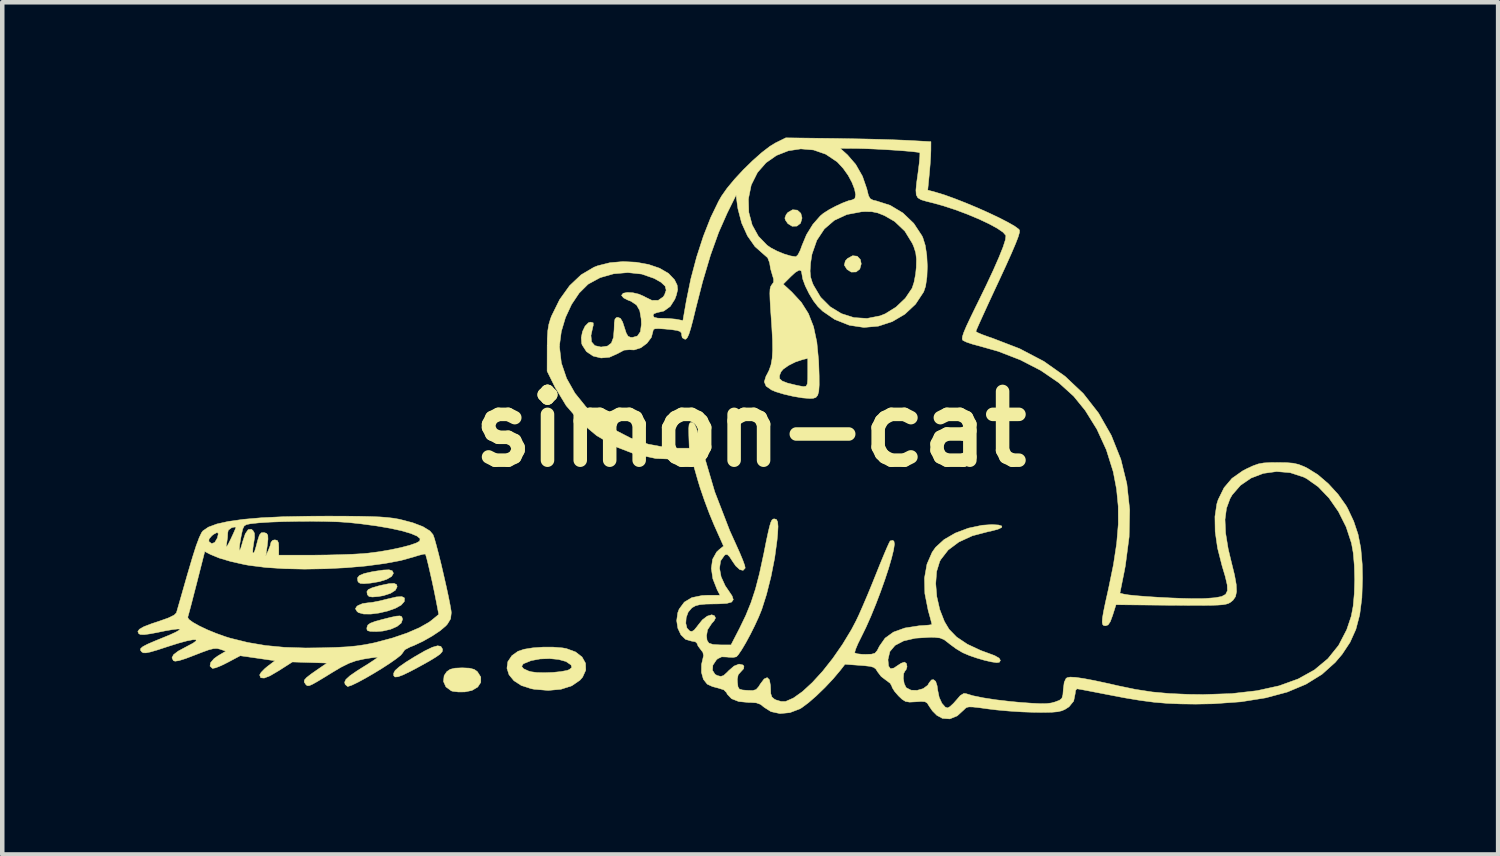
<source format=kicad_pcb>
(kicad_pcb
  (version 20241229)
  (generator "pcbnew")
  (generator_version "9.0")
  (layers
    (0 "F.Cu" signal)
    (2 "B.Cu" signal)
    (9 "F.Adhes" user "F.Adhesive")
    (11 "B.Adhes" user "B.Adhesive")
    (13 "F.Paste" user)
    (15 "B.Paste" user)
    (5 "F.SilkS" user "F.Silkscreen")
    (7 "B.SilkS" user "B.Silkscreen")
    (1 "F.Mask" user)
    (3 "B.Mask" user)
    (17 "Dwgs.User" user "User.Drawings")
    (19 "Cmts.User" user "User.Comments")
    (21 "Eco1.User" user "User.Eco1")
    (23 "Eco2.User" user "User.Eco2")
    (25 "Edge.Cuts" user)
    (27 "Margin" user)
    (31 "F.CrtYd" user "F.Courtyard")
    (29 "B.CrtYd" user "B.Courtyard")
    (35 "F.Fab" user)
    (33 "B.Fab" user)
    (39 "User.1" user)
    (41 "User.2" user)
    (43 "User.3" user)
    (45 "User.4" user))
  (footprint "simon-cat"
    (layer "F.Cu")
    (at 13.585 6.461)
    (property "Reference" "simon-cat" (at 0 0 0) (layer "F.SilkS") (effects (font (size 1.524 1.524) (thickness 0.3))))
    (attr through_hole)
    (fp_poly (pts (xy 2.366 -3.832) (xy 2.436 -3.758) (xy 2.455 -3.662) (xy 2.423 -3.547) (xy 2.341 -3.483) (xy 2.235 -3.48) (xy 2.141 -3.538) (xy 2.08 -3.634) (xy 2.102 -3.727) (xy 2.152 -3.782) (xy 2.264 -3.843) (xy 2.366 -3.832)) (stroke (width 0.01) (type solid)) (fill yes) (layer "F.SilkS"))
    (fp_poly (pts (xy 1.039 -4.853) (xy 1.116 -4.783) (xy 1.143 -4.678) (xy 1.11 -4.563) (xy 1.029 -4.499) (xy 0.923 -4.496) (xy 0.829 -4.554) (xy 0.775 -4.632) (xy 0.762 -4.678) (xy 0.79 -4.752) (xy 0.829 -4.802) (xy 0.934 -4.862) (xy 1.039 -4.853)) (stroke (width 0.01) (type solid)) (fill yes) (layer "F.SilkS"))
    (fp_poly (pts (xy -7.844 3.447) (xy -7.832 3.495) (xy -7.871 3.572) (xy -7.979 3.641) (xy -8.137 3.692) (xy -8.249 3.711) (xy -8.381 3.722) (xy -8.454 3.711) (xy -8.489 3.674) (xy -8.493 3.665) (xy -8.503 3.604) (xy -8.473 3.558) (xy -8.388 3.518) (xy -8.236 3.474) (xy -8.191 3.463) (xy -8.012 3.426) (xy -7.9 3.42) (xy -7.844 3.447)) (stroke (width 0.01) (type solid)) (fill yes) (layer "F.SilkS"))
    (fp_poly (pts (xy -6.23 5.299) (xy -6.125 5.326) (xy -6.054 5.376) (xy -5.978 5.496) (xy -5.978 5.614) (xy -6.046 5.718) (xy -6.173 5.793) (xy -6.332 5.826) (xy -6.475 5.827) (xy -6.596 5.813) (xy -6.633 5.802) (xy -6.751 5.714) (xy -6.805 5.594) (xy -6.791 5.465) (xy -6.731 5.376) (xy -6.657 5.325) (xy -6.55 5.299) (xy -6.392 5.292) (xy -6.23 5.299)) (stroke (width 0.01) (type solid)) (fill yes) (layer "F.SilkS"))
    (fp_poly (pts (xy -7.941 3.14) (xy -7.917 3.188) (xy -7.916 3.2) (xy -7.956 3.267) (xy -8.064 3.33) (xy -8.225 3.381) (xy -8.422 3.414) (xy -8.422 3.414) (xy -8.568 3.426) (xy -8.65 3.42) (xy -8.692 3.393) (xy -8.704 3.369) (xy -8.712 3.299) (xy -8.669 3.246) (xy -8.564 3.202) (xy -8.387 3.162) (xy -8.333 3.153) (xy -8.137 3.124) (xy -8.011 3.119) (xy -7.941 3.14)) (stroke (width 0.01) (type solid)) (fill yes) (layer "F.SilkS"))
    (fp_poly (pts (xy -7.733 4.156) (xy -7.717 4.193) (xy -7.713 4.218) (xy -7.741 4.299) (xy -7.835 4.375) (xy -7.977 4.437) (xy -8.15 4.477) (xy -8.292 4.487) (xy -8.422 4.484) (xy -8.486 4.469) (xy -8.504 4.433) (xy -8.501 4.395) (xy -8.481 4.343) (xy -8.425 4.302) (xy -8.317 4.262) (xy -8.17 4.222) (xy -7.976 4.173) (xy -7.848 4.146) (xy -7.772 4.141) (xy -7.733 4.156)) (stroke (width 0.01) (type solid)) (fill yes) (layer "F.SilkS"))
    (fp_poly (pts (xy -6.863 4.816) (xy -6.828 4.873) (xy -6.825 4.89) (xy -6.833 4.933) (xy -6.877 4.984) (xy -6.967 5.049) (xy -7.113 5.138) (xy -7.294 5.239) (xy -7.527 5.364) (xy -7.697 5.447) (xy -7.812 5.49) (xy -7.88 5.495) (xy -7.909 5.464) (xy -7.909 5.41) (xy -7.877 5.351) (xy -7.79 5.273) (xy -7.642 5.169) (xy -7.451 5.05) (xy -7.222 4.918) (xy -7.052 4.836) (xy -6.935 4.803) (xy -6.863 4.816)) (stroke (width 0.01) (type solid)) (fill yes) (layer "F.SilkS"))
    (fp_poly (pts (xy -7.669 3.744) (xy -7.672 3.816) (xy -7.674 3.823) (xy -7.743 3.901) (xy -7.872 3.972) (xy -8.041 4.032) (xy -8.229 4.076) (xy -8.413 4.1) (xy -8.574 4.099) (xy -8.688 4.068) (xy -8.72 4.043) (xy -8.757 3.981) (xy -8.727 3.932) (xy -8.7 3.911) (xy -8.599 3.868) (xy -8.489 3.852) (xy -8.384 3.841) (xy -8.23 3.811) (xy -8.059 3.769) (xy -8.047 3.766) (xy -7.851 3.72) (xy -7.727 3.713) (xy -7.669 3.744)) (stroke (width 0.01) (type solid)) (fill yes) (layer "F.SilkS"))
    (fp_poly (pts (xy -4.372 4.833) (xy -4.165 4.85) (xy -4.081 4.865) (xy -3.877 4.94) (xy -3.733 5.052) (xy -3.656 5.19) (xy -3.651 5.343) (xy -3.721 5.498) (xy -3.779 5.565) (xy -3.961 5.69) (xy -4.2 5.767) (xy -4.484 5.793) (xy -4.799 5.766) (xy -4.861 5.754) (xy -5.079 5.684) (xy -5.244 5.577) (xy -5.352 5.446) (xy -5.398 5.301) (xy -5.392 5.258) (xy -5.072 5.258) (xy -5.03 5.312) (xy -4.916 5.364) (xy -4.862 5.379) (xy -4.735 5.396) (xy -4.565 5.4) (xy -4.378 5.393) (xy -4.202 5.375) (xy -4.066 5.35) (xy -4.017 5.331) (xy -3.96 5.285) (xy -3.976 5.232) (xy -3.981 5.226) (xy -4.089 5.152) (xy -4.255 5.106) (xy -4.454 5.087) (xy -4.664 5.095) (xy -4.862 5.132) (xy -5.023 5.197) (xy -5.037 5.205) (xy -5.072 5.258) (xy -5.392 5.258) (xy -5.379 5.156) (xy -5.289 5.022) (xy -5.153 4.925) (xy -5.018 4.88) (xy -4.826 4.849) (xy -4.602 4.833) (xy -4.372 4.833)) (stroke (width 0.01) (type solid)) (fill yes) (layer "F.SilkS"))
    (fp_poly (pts (xy -8.987 1.93) (xy -8.67 1.933) (xy -8.415 1.939) (xy -8.211 1.947) (xy -8.047 1.96) (xy -7.911 1.976) (xy -7.792 1.997) (xy -7.773 2.001) (xy -7.486 2.076) (xy -7.261 2.162) (xy -7.106 2.257) (xy -7.037 2.339) (xy -7.007 2.422) (xy -6.965 2.571) (xy -6.913 2.769) (xy -6.856 2.998) (xy -6.799 3.243) (xy -6.744 3.485) (xy -6.696 3.707) (xy -6.659 3.894) (xy -6.636 4.027) (xy -6.632 4.073) (xy -6.647 4.205) (xy -6.716 4.32) (xy -6.753 4.362) (xy -6.879 4.469) (xy -7.058 4.588) (xy -7.261 4.703) (xy -7.461 4.797) (xy -7.544 4.829) (xy -7.662 4.891) (xy -7.713 4.964) (xy -7.713 4.965) (xy -7.753 5.013) (xy -7.852 5.091) (xy -7.995 5.191) (xy -8.166 5.302) (xy -8.351 5.415) (xy -8.534 5.521) (xy -8.7 5.611) (xy -8.833 5.675) (xy -8.918 5.704) (xy -8.932 5.705) (xy -8.985 5.659) (xy -8.996 5.61) (xy -8.968 5.55) (xy -8.88 5.469) (xy -8.725 5.362) (xy -8.624 5.298) (xy -8.471 5.203) (xy -8.351 5.124) (xy -8.278 5.073) (xy -8.264 5.058) (xy -8.308 5.059) (xy -8.414 5.072) (xy -8.559 5.095) (xy -8.575 5.098) (xy -8.746 5.136) (xy -8.905 5.193) (xy -9.081 5.281) (xy -9.252 5.383) (xy -9.462 5.512) (xy -9.612 5.602) (xy -9.713 5.658) (xy -9.778 5.686) (xy -9.817 5.689) (xy -9.844 5.674) (xy -9.863 5.652) (xy -9.892 5.606) (xy -9.887 5.561) (xy -9.837 5.505) (xy -9.733 5.425) (xy -9.627 5.351) (xy -9.387 5.186) (xy -9.771 5.174) (xy -10.154 5.162) (xy -10.458 5.356) (xy -10.647 5.467) (xy -10.779 5.519) (xy -10.855 5.512) (xy -10.88 5.45) (xy -10.848 5.394) (xy -10.769 5.313) (xy -10.711 5.264) (xy -10.541 5.135) (xy -10.926 5.079) (xy -11.311 5.024) (xy -11.593 5.174) (xy -11.735 5.244) (xy -11.853 5.291) (xy -11.922 5.305) (xy -11.927 5.304) (xy -11.98 5.253) (xy -11.966 5.176) (xy -11.89 5.088) (xy -11.805 5.027) (xy -11.629 4.923) (xy -11.756 4.879) (xy -11.823 4.863) (xy -11.901 4.866) (xy -12.006 4.892) (xy -12.156 4.946) (xy -12.313 5.007) (xy -12.523 5.087) (xy -12.666 5.132) (xy -12.753 5.145) (xy -12.791 5.133) (xy -12.823 5.07) (xy -12.789 5.001) (xy -12.686 4.922) (xy -12.506 4.825) (xy -12.502 4.823) (xy -12.357 4.746) (xy -12.288 4.695) (xy -12.291 4.669) (xy -12.36 4.669) (xy -12.49 4.694) (xy -12.678 4.745) (xy -12.919 4.821) (xy -12.931 4.825) (xy -13.148 4.896) (xy -13.299 4.94) (xy -13.397 4.96) (xy -13.458 4.959) (xy -13.494 4.939) (xy -13.522 4.9) (xy -13.516 4.863) (xy -13.467 4.821) (xy -13.366 4.768) (xy -13.201 4.697) (xy -13.022 4.624) (xy -12.855 4.555) (xy -12.728 4.495) (xy -12.654 4.451) (xy -12.643 4.433) (xy -12.698 4.431) (xy -12.817 4.445) (xy -12.979 4.473) (xy -13.095 4.497) (xy -13.301 4.537) (xy -13.439 4.556) (xy -13.521 4.553) (xy -13.558 4.536) (xy -13.58 4.487) (xy -13.545 4.436) (xy -13.445 4.379) (xy -13.273 4.313) (xy -13.115 4.261) (xy -12.906 4.187) (xy -12.874 4.172) (xy -12.474 4.172) (xy -12.449 4.218) (xy -12.359 4.284) (xy -12.218 4.363) (xy -12.042 4.447) (xy -11.844 4.528) (xy -11.64 4.601) (xy -11.533 4.634) (xy -11.144 4.73) (xy -10.75 4.797) (xy -10.331 4.837) (xy -9.865 4.852) (xy -9.504 4.848) (xy -9.191 4.839) (xy -8.941 4.826) (xy -8.732 4.806) (xy -8.542 4.778) (xy -8.35 4.74) (xy -8.292 4.726) (xy -7.936 4.631) (xy -7.613 4.521) (xy -7.338 4.402) (xy -7.125 4.281) (xy -7.063 4.234) (xy -6.91 4.108) (xy -6.965 3.821) (xy -7.007 3.611) (xy -7.053 3.394) (xy -7.1 3.186) (xy -7.142 3.004) (xy -7.177 2.864) (xy -7.201 2.783) (xy -7.207 2.77) (xy -7.253 2.773) (xy -7.355 2.799) (xy -7.461 2.832) (xy -7.752 2.913) (xy -8.111 2.98) (xy -8.52 3.034) (xy -8.964 3.073) (xy -9.424 3.096) (xy -9.886 3.104) (xy -10.332 3.094) (xy -10.746 3.067) (xy -11.112 3.021) (xy -11.218 3.002) (xy -11.521 2.934) (xy -11.777 2.858) (xy -11.966 2.78) (xy -11.969 2.779) (xy -12.096 2.713) (xy -12.275 3.418) (xy -12.336 3.653) (xy -12.389 3.86) (xy -12.433 4.026) (xy -12.463 4.135) (xy -12.474 4.172) (xy -12.874 4.172) (xy -12.775 4.123) (xy -12.725 4.073) (xy -12.707 4.011) (xy -12.67 3.882) (xy -12.617 3.698) (xy -12.553 3.474) (xy -12.481 3.222) (xy -12.467 3.175) (xy -12.369 2.843) (xy -12.312 2.664) (xy -11.331 2.664) (xy -11.323 2.691) (xy -11.299 2.643) (xy -11.261 2.516) (xy -11.257 2.498) (xy -11.198 2.321) (xy -11.134 2.228) (xy -11.065 2.22) (xy -11.029 2.247) (xy -10.995 2.307) (xy -10.992 2.403) (xy -11.01 2.515) (xy -11.029 2.639) (xy -11.033 2.723) (xy -11.029 2.744) (xy -11.011 2.745) (xy -10.989 2.703) (xy -10.959 2.605) (xy -10.922 2.463) (xy -10.885 2.349) (xy -10.844 2.299) (xy -10.782 2.294) (xy -10.727 2.311) (xy -10.699 2.353) (xy -10.695 2.439) (xy -10.711 2.585) (xy -10.72 2.646) (xy -10.745 2.815) (xy -10.687 2.688) (xy -10.646 2.584) (xy -10.628 2.509) (xy -10.628 2.508) (xy -10.591 2.465) (xy -10.541 2.455) (xy -10.486 2.47) (xy -10.461 2.527) (xy -10.456 2.625) (xy -10.456 2.794) (xy -9.671 2.794) (xy -9.386 2.791) (xy -9.095 2.784) (xy -8.824 2.774) (xy -8.596 2.761) (xy -8.476 2.75) (xy -8.227 2.718) (xy -7.979 2.675) (xy -7.748 2.626) (xy -7.552 2.575) (xy -7.408 2.525) (xy -7.333 2.483) (xy -7.323 2.429) (xy -7.39 2.372) (xy -7.527 2.314) (xy -7.727 2.255) (xy -7.982 2.199) (xy -8.285 2.147) (xy -8.628 2.101) (xy -8.906 2.071) (xy -9.13 2.056) (xy -9.407 2.047) (xy -9.716 2.043) (xy -10.039 2.045) (xy -10.356 2.051) (xy -10.649 2.062) (xy -10.897 2.078) (xy -11.081 2.098) (xy -11.093 2.1) (xy -11.174 2.117) (xy -11.223 2.148) (xy -11.255 2.215) (xy -11.283 2.337) (xy -11.295 2.401) (xy -11.323 2.566) (xy -11.331 2.664) (xy -12.312 2.664) (xy -12.293 2.605) (xy -11.621 2.605) (xy -11.609 2.607) (xy -11.571 2.541) (xy -11.518 2.434) (xy -11.458 2.305) (xy -11.417 2.21) (xy -11.404 2.171) (xy -11.446 2.173) (xy -11.501 2.186) (xy -11.575 2.241) (xy -11.587 2.3) (xy -11.592 2.406) (xy -11.611 2.535) (xy -11.612 2.54) (xy -11.621 2.605) (xy -12.293 2.605) (xy -12.288 2.588) (xy -12.251 2.491) (xy -12.006 2.491) (xy -11.943 2.539) (xy -11.875 2.512) (xy -11.819 2.417) (xy -11.817 2.413) (xy -11.795 2.318) (xy -11.822 2.291) (xy -11.898 2.331) (xy -11.94 2.364) (xy -12.001 2.435) (xy -12.006 2.491) (xy -12.251 2.491) (xy -12.22 2.407) (xy -12.166 2.294) (xy -12.137 2.256) (xy -12.016 2.173) (xy -11.827 2.103) (xy -11.57 2.046) (xy -11.24 2) (xy -10.836 1.965) (xy -10.355 1.942) (xy -9.794 1.931) (xy -9.377 1.929) (xy -8.987 1.93)) (stroke (width 0.01) (type solid)) (fill yes) (layer "F.SilkS"))
    (fp_poly (pts (xy 1.884 -6.442) (xy 2.216 -6.436) (xy 2.551 -6.43) (xy 2.87 -6.422) (xy 3.155 -6.413) (xy 3.386 -6.404) (xy 3.493 -6.399) (xy 4 -6.371) (xy 3.999 -6.181) (xy 3.994 -6.044) (xy 3.982 -5.86) (xy 3.965 -5.667) (xy 3.963 -5.644) (xy 3.929 -5.297) (xy 4.104 -5.25) (xy 4.298 -5.191) (xy 4.525 -5.109) (xy 4.773 -5.012) (xy 5.029 -4.905) (xy 5.278 -4.794) (xy 5.508 -4.685) (xy 5.705 -4.584) (xy 5.855 -4.498) (xy 5.945 -4.432) (xy 5.963 -4.41) (xy 5.963 -4.361) (xy 5.935 -4.263) (xy 5.876 -4.11) (xy 5.785 -3.897) (xy 5.66 -3.618) (xy 5.499 -3.27) (xy 5.497 -3.266) (xy 5.367 -2.987) (xy 5.249 -2.732) (xy 5.149 -2.513) (xy 5.07 -2.339) (xy 5.017 -2.219) (xy 4.996 -2.166) (xy 4.995 -2.164) (xy 5.033 -2.139) (xy 5.133 -2.096) (xy 5.279 -2.043) (xy 5.362 -2.015) (xy 5.967 -1.782) (xy 6.503 -1.501) (xy 6.972 -1.17) (xy 7.377 -0.788) (xy 7.717 -0.352) (xy 7.996 0.137) (xy 8 0.146) (xy 8.209 0.669) (xy 8.343 1.214) (xy 8.405 1.786) (xy 8.393 2.389) (xy 8.309 3.031) (xy 8.282 3.173) (xy 8.189 3.636) (xy 8.275 3.658) (xy 8.384 3.676) (xy 8.56 3.694) (xy 8.785 3.712) (xy 9.039 3.728) (xy 9.305 3.742) (xy 9.564 3.752) (xy 9.799 3.758) (xy 9.991 3.758) (xy 10.089 3.754) (xy 10.297 3.738) (xy 10.443 3.711) (xy 10.532 3.663) (xy 10.572 3.581) (xy 10.567 3.453) (xy 10.524 3.268) (xy 10.452 3.027) (xy 10.353 2.638) (xy 10.3 2.27) (xy 10.295 1.939) (xy 10.337 1.658) (xy 10.366 1.566) (xy 10.497 1.3) (xy 10.672 1.093) (xy 10.908 0.927) (xy 10.997 0.88) (xy 11.139 0.814) (xy 11.257 0.772) (xy 11.378 0.75) (xy 11.533 0.742) (xy 11.683 0.741) (xy 11.884 0.744) (xy 12.029 0.756) (xy 12.148 0.783) (xy 12.268 0.83) (xy 12.34 0.865) (xy 12.573 1.009) (xy 12.809 1.211) (xy 13.026 1.448) (xy 13.201 1.695) (xy 13.237 1.759) (xy 13.371 2.044) (xy 13.467 2.331) (xy 13.528 2.64) (xy 13.559 2.993) (xy 13.566 3.302) (xy 13.552 3.741) (xy 13.504 4.115) (xy 13.419 4.439) (xy 13.29 4.726) (xy 13.114 4.992) (xy 12.961 5.172) (xy 12.667 5.436) (xy 12.313 5.655) (xy 11.898 5.829) (xy 11.417 5.958) (xy 10.87 6.045) (xy 10.252 6.089) (xy 9.871 6.096) (xy 9.535 6.092) (xy 9.233 6.079) (xy 8.941 6.054) (xy 8.638 6.014) (xy 8.299 5.958) (xy 7.902 5.882) (xy 7.68 5.839) (xy 7.488 5.802) (xy 7.34 5.774) (xy 7.252 5.759) (xy 7.235 5.757) (xy 7.206 5.794) (xy 7.197 5.866) (xy 7.164 6.029) (xy 7.06 6.156) (xy 6.973 6.212) (xy 6.901 6.244) (xy 6.81 6.265) (xy 6.685 6.276) (xy 6.507 6.28) (xy 6.287 6.278) (xy 6.02 6.269) (xy 5.728 6.25) (xy 5.451 6.225) (xy 5.271 6.203) (xy 5.067 6.175) (xy 4.93 6.16) (xy 4.844 6.158) (xy 4.791 6.17) (xy 4.756 6.196) (xy 4.741 6.213) (xy 4.583 6.357) (xy 4.418 6.424) (xy 4.254 6.412) (xy 4.132 6.346) (xy 4.032 6.246) (xy 3.96 6.141) (xy 3.919 6.075) (xy 3.869 6.043) (xy 3.782 6.037) (xy 3.665 6.045) (xy 3.526 6.052) (xy 3.436 6.037) (xy 3.359 5.988) (xy 3.282 5.915) (xy 3.195 5.815) (xy 3.141 5.729) (xy 3.133 5.699) (xy 3.098 5.636) (xy 3.015 5.572) (xy 3.006 5.567) (xy 2.896 5.483) (xy 2.818 5.381) (xy 2.78 5.32) (xy 2.732 5.282) (xy 2.652 5.259) (xy 2.518 5.244) (xy 2.425 5.237) (xy 2.095 5.213) (xy 1.99 5.348) (xy 1.832 5.536) (xy 1.65 5.729) (xy 1.461 5.912) (xy 1.284 6.066) (xy 1.136 6.176) (xy 1.095 6.201) (xy 0.874 6.285) (xy 0.654 6.306) (xy 0.455 6.263) (xy 0.305 6.168) (xy 0.221 6.101) (xy 0.128 6.068) (xy -0.007 6.059) (xy -0.049 6.059) (xy -0.26 6.039) (xy -0.42 5.976) (xy -0.516 5.875) (xy -0.529 5.843) (xy -0.591 5.78) (xy -0.71 5.742) (xy -0.843 5.707) (xy -0.954 5.656) (xy -0.961 5.651) (xy -1.044 5.546) (xy -1.087 5.392) (xy -1.085 5.215) (xy -1.065 5.13) (xy -1.04 5.02) (xy -1.056 4.947) (xy -1.102 4.888) (xy -1.163 4.807) (xy -1.185 4.749) (xy -1.222 4.714) (xy -1.309 4.699) (xy -1.439 4.661) (xy -1.542 4.56) (xy -1.61 4.415) (xy -1.636 4.246) (xy -1.612 4.071) (xy -1.581 3.99) (xy -1.467 3.836) (xy -1.3 3.736) (xy -1.073 3.689) (xy -0.941 3.683) (xy -0.675 3.683) (xy -0.738 3.562) (xy -0.834 3.318) (xy -0.868 3.088) (xy -0.84 2.886) (xy -0.751 2.725) (xy -0.697 2.674) (xy -0.597 2.594) (xy -0.808 2.122) (xy -0.912 1.871) (xy -1.02 1.582) (xy -1.117 1.299) (xy -1.162 1.152) (xy -1.304 0.656) (xy -1.615 0.671) (xy -2.098 0.652) (xy -2.564 0.554) (xy -3.005 0.383) (xy -3.411 0.144) (xy -3.774 -0.159) (xy -4.085 -0.519) (xy -4.331 -0.926) (xy -4.508 -1.285) (xy -4.507 -1.775) (xy -4.507 -1.815) (xy -4.233 -1.815) (xy -4.192 -1.465) (xy -4.076 -1.124) (xy -3.892 -0.798) (xy -3.649 -0.496) (xy -3.357 -0.224) (xy -3.023 0.01) (xy -2.657 0.199) (xy -2.268 0.334) (xy -1.863 0.41) (xy -1.621 0.423) (xy -1.357 0.423) (xy -1.367 0.138) (xy -1.369 -0.015) (xy -1.361 -0.101) (xy -1.338 -0.14) (xy -1.297 -0.148) (xy -1.263 -0.137) (xy -1.231 -0.095) (xy -1.196 -0.012) (xy -1.153 0.125) (xy -1.099 0.325) (xy -1.058 0.487) (xy -0.792 1.391) (xy -0.459 2.253) (xy -0.319 2.562) (xy -0.236 2.747) (xy -0.17 2.906) (xy -0.128 3.022) (xy -0.117 3.08) (xy -0.117 3.081) (xy -0.164 3.132) (xy -0.237 3.115) (xy -0.326 3.034) (xy -0.393 2.938) (xy -0.465 2.827) (xy -0.514 2.78) (xy -0.556 2.784) (xy -0.577 2.799) (xy -0.662 2.921) (xy -0.686 3.084) (xy -0.651 3.274) (xy -0.56 3.474) (xy -0.487 3.58) (xy -0.407 3.699) (xy -0.381 3.781) (xy -0.418 3.834) (xy -0.523 3.863) (xy -0.703 3.874) (xy -0.794 3.875) (xy -0.991 3.879) (xy -1.125 3.892) (xy -1.218 3.916) (xy -1.291 3.957) (xy -1.301 3.964) (xy -1.381 4.058) (xy -1.425 4.179) (xy -1.434 4.304) (xy -1.408 4.411) (xy -1.347 4.476) (xy -1.297 4.486) (xy -1.245 4.452) (xy -1.178 4.37) (xy -1.164 4.35) (xy -1.066 4.228) (xy -0.958 4.146) (xy -0.859 4.116) (xy -0.798 4.138) (xy -0.775 4.187) (xy -0.808 4.252) (xy -0.86 4.309) (xy -0.952 4.449) (xy -0.974 4.58) (xy -0.963 4.682) (xy -0.922 4.744) (xy -0.832 4.774) (xy -0.679 4.783) (xy -0.636 4.784) (xy -0.432 4.784) (xy -0.24 4.412) (xy -0.103 4.128) (xy 0.011 3.847) (xy 0.11 3.546) (xy 0.199 3.204) (xy 0.286 2.801) (xy 0.294 2.766) (xy 0.348 2.493) (xy 0.391 2.293) (xy 0.424 2.154) (xy 0.451 2.065) (xy 0.476 2.015) (xy 0.503 1.994) (xy 0.529 1.99) (xy 0.576 2.004) (xy 0.602 2.057) (xy 0.611 2.159) (xy 0.602 2.325) (xy 0.589 2.465) (xy 0.536 2.857) (xy 0.455 3.269) (xy 0.355 3.666) (xy 0.249 4) (xy 0.181 4.167) (xy 0.093 4.358) (xy -0.005 4.554) (xy -0.105 4.739) (xy -0.198 4.895) (xy -0.273 5.005) (xy -0.313 5.047) (xy -0.383 5.061) (xy -0.494 5.056) (xy -0.514 5.053) (xy -0.638 5.048) (xy -0.728 5.091) (xy -0.757 5.118) (xy -0.834 5.234) (xy -0.842 5.347) (xy -0.785 5.436) (xy -0.735 5.463) (xy -0.659 5.482) (xy -0.595 5.462) (xy -0.516 5.39) (xy -0.485 5.357) (xy -0.365 5.253) (xy -0.254 5.209) (xy -0.168 5.228) (xy -0.145 5.255) (xy -0.152 5.312) (xy -0.209 5.374) (xy -0.272 5.444) (xy -0.292 5.542) (xy -0.289 5.612) (xy -0.277 5.712) (xy -0.247 5.763) (xy -0.175 5.783) (xy -0.074 5.791) (xy 0.051 5.795) (xy 0.125 5.773) (xy 0.181 5.71) (xy 0.217 5.652) (xy 0.302 5.539) (xy 0.371 5.508) (xy 0.42 5.557) (xy 0.443 5.685) (xy 0.445 5.736) (xy 0.45 5.865) (xy 0.475 5.939) (xy 0.531 5.987) (xy 0.564 6.003) (xy 0.68 6.038) (xy 0.777 6.038) (xy 0.952 5.961) (xy 1.154 5.817) (xy 1.372 5.616) (xy 1.599 5.368) (xy 1.824 5.083) (xy 2.04 4.772) (xy 2.238 4.445) (xy 2.339 4.253) (xy 2.405 4.114) (xy 2.492 3.916) (xy 2.593 3.68) (xy 2.698 3.425) (xy 2.773 3.239) (xy 2.866 3.007) (xy 2.951 2.801) (xy 3.021 2.636) (xy 3.072 2.524) (xy 3.096 2.479) (xy 3.153 2.466) (xy 3.18 2.486) (xy 3.191 2.549) (xy 3.172 2.678) (xy 3.127 2.861) (xy 3.062 3.085) (xy 2.979 3.337) (xy 2.883 3.607) (xy 2.778 3.882) (xy 2.669 4.149) (xy 2.559 4.397) (xy 2.454 4.611) (xy 2.381 4.758) (xy 2.331 4.878) (xy 2.31 4.95) (xy 2.312 4.96) (xy 2.363 4.98) (xy 2.471 4.992) (xy 2.553 4.994) (xy 2.683 4.989) (xy 2.759 4.967) (xy 2.81 4.908) (xy 2.857 4.814) (xy 2.983 4.634) (xy 3.169 4.5) (xy 3.421 4.409) (xy 3.742 4.359) (xy 3.842 4.353) (xy 3.952 4.344) (xy 4.015 4.334) (xy 4.022 4.33) (xy 4.011 4.286) (xy 3.984 4.181) (xy 3.944 4.038) (xy 3.937 4.011) (xy 3.865 3.645) (xy 3.857 3.302) (xy 3.912 2.993) (xy 4.027 2.729) (xy 4.103 2.621) (xy 4.291 2.449) (xy 4.54 2.305) (xy 4.829 2.196) (xy 5.136 2.131) (xy 5.348 2.117) (xy 5.5 2.126) (xy 5.572 2.149) (xy 5.566 2.182) (xy 5.483 2.221) (xy 5.326 2.262) (xy 5.277 2.271) (xy 4.919 2.365) (xy 4.619 2.503) (xy 4.382 2.68) (xy 4.217 2.893) (xy 4.194 2.935) (xy 4.126 3.157) (xy 4.106 3.424) (xy 4.13 3.713) (xy 4.196 4.001) (xy 4.299 4.265) (xy 4.402 4.437) (xy 4.569 4.609) (xy 4.808 4.769) (xy 5.106 4.908) (xy 5.238 4.956) (xy 5.413 5.021) (xy 5.511 5.077) (xy 5.54 5.127) (xy 5.517 5.168) (xy 5.458 5.177) (xy 5.341 5.16) (xy 5.187 5.125) (xy 5.016 5.075) (xy 4.85 5.018) (xy 4.709 4.958) (xy 4.696 4.951) (xy 4.554 4.866) (xy 4.412 4.761) (xy 4.388 4.741) (xy 4.293 4.668) (xy 4.201 4.63) (xy 4.077 4.616) (xy 3.986 4.614) (xy 3.655 4.635) (xy 3.395 4.695) (xy 3.205 4.794) (xy 3.089 4.932) (xy 3.048 5.108) (xy 3.048 5.117) (xy 3.061 5.253) (xy 3.104 5.312) (xy 3.181 5.296) (xy 3.245 5.252) (xy 3.338 5.191) (xy 3.411 5.165) (xy 3.414 5.165) (xy 3.458 5.198) (xy 3.47 5.269) (xy 3.447 5.338) (xy 3.429 5.355) (xy 3.395 5.419) (xy 3.388 5.526) (xy 3.407 5.641) (xy 3.448 5.727) (xy 3.453 5.733) (xy 3.559 5.787) (xy 3.694 5.791) (xy 3.828 5.753) (xy 3.929 5.678) (xy 3.961 5.622) (xy 4.012 5.56) (xy 4.057 5.554) (xy 4.105 5.592) (xy 4.137 5.69) (xy 4.15 5.786) (xy 4.183 5.946) (xy 4.243 6.078) (xy 4.317 6.162) (xy 4.369 6.181) (xy 4.421 6.152) (xy 4.496 6.083) (xy 4.5 6.079) (xy 4.585 5.983) (xy 4.65 5.907) (xy 4.729 5.859) (xy 4.777 5.864) (xy 4.934 5.911) (xy 5.16 5.957) (xy 5.439 6) (xy 5.757 6.037) (xy 5.99 6.059) (xy 6.243 6.077) (xy 6.429 6.086) (xy 6.564 6.084) (xy 6.667 6.071) (xy 6.752 6.048) (xy 6.851 6.01) (xy 6.903 5.965) (xy 6.925 5.886) (xy 6.934 5.768) (xy 6.954 5.613) (xy 6.994 5.528) (xy 7.019 5.51) (xy 7.086 5.497) (xy 7.206 5.503) (xy 7.385 5.529) (xy 7.629 5.575) (xy 7.945 5.643) (xy 8.149 5.69) (xy 8.535 5.77) (xy 8.906 5.827) (xy 9.289 5.862) (xy 9.709 5.88) (xy 10.033 5.884) (xy 10.664 5.863) (xy 11.225 5.799) (xy 11.716 5.691) (xy 12.14 5.538) (xy 12.5 5.338) (xy 12.798 5.09) (xy 13.036 4.794) (xy 13.216 4.447) (xy 13.317 4.146) (xy 13.359 3.923) (xy 13.384 3.645) (xy 13.393 3.338) (xy 13.385 3.03) (xy 13.361 2.748) (xy 13.322 2.53) (xy 13.203 2.168) (xy 13.033 1.83) (xy 12.823 1.528) (xy 12.584 1.279) (xy 12.325 1.096) (xy 12.256 1.062) (xy 11.962 0.966) (xy 11.662 0.941) (xy 11.368 0.982) (xy 11.097 1.085) (xy 10.862 1.246) (xy 10.677 1.459) (xy 10.629 1.543) (xy 10.551 1.755) (xy 10.518 2.005) (xy 10.531 2.303) (xy 10.589 2.657) (xy 10.662 2.961) (xy 10.73 3.237) (xy 10.767 3.446) (xy 10.774 3.601) (xy 10.751 3.713) (xy 10.695 3.794) (xy 10.635 3.842) (xy 10.595 3.864) (xy 10.543 3.88) (xy 10.468 3.893) (xy 10.361 3.901) (xy 10.211 3.906) (xy 10.009 3.908) (xy 9.745 3.908) (xy 9.408 3.905) (xy 9.312 3.905) (xy 8.102 3.893) (xy 8.028 4.127) (xy 7.976 4.268) (xy 7.927 4.34) (xy 7.872 4.36) (xy 7.831 4.355) (xy 7.806 4.331) (xy 7.796 4.278) (xy 7.802 4.186) (xy 7.826 4.044) (xy 7.868 3.841) (xy 7.929 3.568) (xy 7.935 3.542) (xy 8.045 3.007) (xy 8.117 2.533) (xy 8.153 2.105) (xy 8.151 1.709) (xy 8.114 1.33) (xy 8.042 0.953) (xy 8.036 0.931) (xy 7.888 0.46) (xy 7.679 0.004) (xy 7.42 -0.413) (xy 7.163 -0.729) (xy 6.833 -1.028) (xy 6.436 -1.299) (xy 5.983 -1.533) (xy 5.49 -1.724) (xy 5.08 -1.84) (xy 4.92 -1.883) (xy 4.789 -1.927) (xy 4.712 -1.964) (xy 4.706 -1.968) (xy 4.693 -1.998) (xy 4.699 -2.054) (xy 4.729 -2.145) (xy 4.786 -2.28) (xy 4.875 -2.469) (xy 4.998 -2.722) (xy 5.026 -2.778) (xy 5.221 -3.178) (xy 5.383 -3.524) (xy 5.509 -3.811) (xy 5.599 -4.036) (xy 5.65 -4.195) (xy 5.661 -4.285) (xy 5.659 -4.293) (xy 5.598 -4.363) (xy 5.469 -4.451) (xy 5.285 -4.551) (xy 5.061 -4.656) (xy 4.808 -4.762) (xy 4.541 -4.862) (xy 4.272 -4.95) (xy 4.059 -5.009) (xy 3.895 -5.05) (xy 3.781 -5.084) (xy 3.71 -5.127) (xy 3.674 -5.193) (xy 3.667 -5.297) (xy 3.682 -5.454) (xy 3.713 -5.677) (xy 3.72 -5.731) (xy 3.741 -5.899) (xy 3.753 -6.034) (xy 3.755 -6.113) (xy 3.752 -6.126) (xy 3.703 -6.137) (xy 3.585 -6.151) (xy 3.416 -6.166) (xy 3.211 -6.181) (xy 2.988 -6.195) (xy 2.762 -6.207) (xy 2.549 -6.216) (xy 2.367 -6.221) (xy 2.318 -6.221) (xy 1.989 -6.223) (xy 2.151 -6.077) (xy 2.333 -5.866) (xy 2.482 -5.605) (xy 2.579 -5.325) (xy 2.584 -5.303) (xy 2.616 -5.175) (xy 2.654 -5.107) (xy 2.718 -5.074) (xy 2.786 -5.059) (xy 3.096 -4.96) (xy 3.379 -4.79) (xy 3.619 -4.56) (xy 3.801 -4.284) (xy 3.82 -4.244) (xy 3.874 -4.071) (xy 3.908 -3.849) (xy 3.92 -3.607) (xy 3.911 -3.37) (xy 3.881 -3.166) (xy 3.839 -3.042) (xy 3.658 -2.768) (xy 3.421 -2.546) (xy 3.142 -2.382) (xy 2.836 -2.282) (xy 2.515 -2.253) (xy 2.195 -2.301) (xy 2.183 -2.305) (xy 1.866 -2.431) (xy 1.6 -2.614) (xy 1.495 -2.715) (xy 1.397 -2.841) (xy 1.299 -3.003) (xy 1.215 -3.173) (xy 1.159 -3.325) (xy 1.143 -3.416) (xy 1.128 -3.503) (xy 1.321 -3.503) (xy 1.332 -3.372) (xy 1.372 -3.244) (xy 1.395 -3.191) (xy 1.554 -2.924) (xy 1.766 -2.712) (xy 2.017 -2.559) (xy 2.294 -2.471) (xy 2.584 -2.453) (xy 2.873 -2.51) (xy 2.988 -2.556) (xy 3.226 -2.704) (xy 3.432 -2.9) (xy 3.581 -3.121) (xy 3.583 -3.125) (xy 3.626 -3.257) (xy 3.66 -3.435) (xy 3.675 -3.585) (xy 3.679 -3.768) (xy 3.663 -3.907) (xy 3.621 -4.039) (xy 3.589 -4.114) (xy 3.421 -4.388) (xy 3.196 -4.602) (xy 2.969 -4.733) (xy 2.82 -4.792) (xy 2.687 -4.819) (xy 2.528 -4.821) (xy 2.461 -4.817) (xy 2.137 -4.756) (xy 1.86 -4.628) (xy 1.637 -4.436) (xy 1.47 -4.184) (xy 1.363 -3.877) (xy 1.332 -3.678) (xy 1.321 -3.503) (xy 1.128 -3.503) (xy 1.128 -3.505) (xy 1.08 -3.524) (xy 0.995 -3.474) (xy 0.897 -3.384) (xy 0.726 -3.213) (xy 0.916 -3.038) (xy 1.125 -2.812) (xy 1.284 -2.561) (xy 1.398 -2.27) (xy 1.471 -1.927) (xy 1.51 -1.52) (xy 1.513 -1.453) (xy 1.522 -1.179) (xy 1.523 -0.978) (xy 1.514 -0.839) (xy 1.49 -0.751) (xy 1.45 -0.702) (xy 1.391 -0.682) (xy 1.322 -0.678) (xy 1.155 -0.691) (xy 0.951 -0.725) (xy 0.743 -0.773) (xy 0.563 -0.827) (xy 0.467 -0.867) (xy 0.346 -0.952) (xy 0.306 -1.047) (xy 0.341 -1.164) (xy 0.349 -1.179) (xy 0.352 -1.184) (xy 0.642 -1.184) (xy 0.646 -1.118) (xy 0.702 -1.066) (xy 0.82 -1.02) (xy 1.008 -0.974) (xy 1.079 -0.959) (xy 1.175 -0.942) (xy 1.232 -0.951) (xy 1.26 -1.001) (xy 1.269 -1.108) (xy 1.27 -1.25) (xy 1.27 -1.568) (xy 1.154 -1.54) (xy 0.995 -1.487) (xy 0.844 -1.411) (xy 0.727 -1.329) (xy 0.679 -1.273) (xy 0.642 -1.184) (xy 0.352 -1.184) (xy 0.41 -1.298) (xy 0.454 -1.422) (xy 0.48 -1.567) (xy 0.491 -1.747) (xy 0.488 -1.976) (xy 0.472 -2.268) (xy 0.463 -2.402) (xy 0.444 -2.672) (xy 0.433 -2.87) (xy 0.429 -3.008) (xy 0.433 -3.1) (xy 0.446 -3.157) (xy 0.466 -3.193) (xy 0.474 -3.201) (xy 0.512 -3.256) (xy 0.512 -3.327) (xy 0.483 -3.421) (xy 0.445 -3.553) (xy 0.426 -3.671) (xy 0.425 -3.683) (xy 0.381 -3.797) (xy 0.294 -3.873) (xy 0.099 -4.046) (xy -0.067 -4.283) (xy -0.196 -4.568) (xy -0.278 -4.881) (xy -0.289 -4.953) (xy -0.308 -5.102) (xy -0.046 -5.102) (xy -0.037 -4.804) (xy 0.038 -4.523) (xy 0.175 -4.275) (xy 0.368 -4.075) (xy 0.452 -4.017) (xy 0.588 -3.946) (xy 0.744 -3.882) (xy 0.891 -3.838) (xy 0.997 -3.822) (xy 1.01 -3.823) (xy 1.053 -3.865) (xy 1.104 -3.965) (xy 1.142 -4.07) (xy 1.242 -4.31) (xy 1.383 -4.538) (xy 1.546 -4.724) (xy 1.614 -4.781) (xy 1.737 -4.86) (xy 1.889 -4.941) (xy 2.045 -5.013) (xy 2.177 -5.063) (xy 2.254 -5.08) (xy 2.315 -5.111) (xy 2.331 -5.196) (xy 2.307 -5.32) (xy 2.249 -5.468) (xy 2.164 -5.626) (xy 2.055 -5.779) (xy 1.93 -5.914) (xy 1.916 -5.927) (xy 1.668 -6.093) (xy 1.397 -6.187) (xy 1.116 -6.211) (xy 0.839 -6.169) (xy 0.577 -6.066) (xy 0.345 -5.904) (xy 0.155 -5.687) (xy 0.021 -5.419) (xy 0.015 -5.402) (xy -0.046 -5.102) (xy -0.308 -5.102) (xy -0.319 -5.186) (xy -0.518 -4.784) (xy -0.705 -4.36) (xy -0.887 -3.853) (xy -1.062 -3.264) (xy -1.212 -2.678) (xy -1.275 -2.418) (xy -1.325 -2.23) (xy -1.365 -2.104) (xy -1.399 -2.03) (xy -1.43 -1.996) (xy -1.45 -1.99) (xy -1.512 -2.024) (xy -1.524 -2.076) (xy -1.53 -2.128) (xy -1.559 -2.163) (xy -1.626 -2.186) (xy -1.75 -2.204) (xy -1.894 -2.218) (xy -2.042 -2.228) (xy -2.123 -2.223) (xy -2.155 -2.199) (xy -2.159 -2.177) (xy -2.197 -2.033) (xy -2.295 -1.902) (xy -2.43 -1.802) (xy -2.58 -1.754) (xy -2.682 -1.759) (xy -2.801 -1.75) (xy -2.942 -1.675) (xy -3.124 -1.593) (xy -3.312 -1.576) (xy -3.489 -1.619) (xy -3.635 -1.717) (xy -3.73 -1.864) (xy -3.741 -1.896) (xy -3.751 -2.025) (xy -3.723 -2.163) (xy -3.666 -2.282) (xy -3.592 -2.357) (xy -3.545 -2.371) (xy -3.486 -2.355) (xy -3.486 -2.294) (xy -3.492 -2.275) (xy -3.536 -2.075) (xy -3.523 -1.934) (xy -3.45 -1.85) (xy -3.318 -1.82) (xy -3.307 -1.82) (xy -3.171 -1.84) (xy -3.084 -1.906) (xy -3.037 -2.032) (xy -3.023 -2.208) (xy -3.018 -2.356) (xy -3.004 -2.437) (xy -2.974 -2.471) (xy -2.939 -2.477) (xy -2.882 -2.454) (xy -2.835 -2.376) (xy -2.795 -2.254) (xy -2.753 -2.125) (xy -2.713 -2.058) (xy -2.659 -2.034) (xy -2.616 -2.032) (xy -2.506 -2.063) (xy -2.44 -2.159) (xy -2.418 -2.323) (xy -2.423 -2.442) (xy -2.455 -2.627) (xy -2.525 -2.75) (xy -2.648 -2.833) (xy -2.721 -2.861) (xy -2.813 -2.908) (xy -2.857 -2.962) (xy -2.857 -2.967) (xy -2.822 -3.011) (xy -2.73 -3.029) (xy -2.606 -3.022) (xy -2.474 -2.991) (xy -2.357 -2.94) (xy -2.336 -2.927) (xy -2.183 -2.853) (xy -2.045 -2.854) (xy -1.936 -2.93) (xy -1.906 -2.974) (xy -1.869 -3.079) (xy -1.892 -3.169) (xy -1.984 -3.255) (xy -2.134 -3.34) (xy -2.411 -3.436) (xy -2.719 -3.469) (xy -3.034 -3.442) (xy -3.332 -3.357) (xy -3.59 -3.217) (xy -3.606 -3.205) (xy -3.797 -3.015) (xy -3.966 -2.763) (xy -4.101 -2.472) (xy -4.193 -2.163) (xy -4.233 -1.859) (xy -4.233 -1.815) (xy -4.507 -1.815) (xy -4.504 -2.008) (xy -4.493 -2.181) (xy -4.471 -2.316) (xy -4.435 -2.439) (xy -4.411 -2.504) (xy -4.23 -2.871) (xy -4.009 -3.179) (xy -3.754 -3.42) (xy -3.471 -3.587) (xy -3.387 -3.62) (xy -3.115 -3.688) (xy -2.826 -3.713) (xy -2.535 -3.699) (xy -2.259 -3.649) (xy -2.015 -3.566) (xy -1.818 -3.452) (xy -1.685 -3.312) (xy -1.68 -3.303) (xy -1.626 -3.193) (xy -1.614 -3.092) (xy -1.643 -2.969) (xy -1.677 -2.878) (xy -1.778 -2.719) (xy -1.921 -2.616) (xy -2.072 -2.582) (xy -2.143 -2.556) (xy -2.159 -2.519) (xy -2.136 -2.478) (xy -2.056 -2.459) (xy -1.953 -2.455) (xy -1.8 -2.45) (xy -1.661 -2.437) (xy -1.622 -2.43) (xy -1.498 -2.406) (xy -1.422 -2.843) (xy -1.322 -3.331) (xy -1.194 -3.814) (xy -1.045 -4.273) (xy -0.881 -4.691) (xy -0.707 -5.05) (xy -0.642 -5.164) (xy -0.518 -5.34) (xy -0.351 -5.541) (xy -0.156 -5.751) (xy 0.05 -5.952) (xy 0.251 -6.13) (xy 0.432 -6.269) (xy 0.55 -6.341) (xy 0.783 -6.456) (xy 1.884 -6.442)) (stroke (width 0.01) (type solid)) (fill yes) (layer "F.SilkS")))
  (gr_rect
    (start -3 -3)
    (end 30.157 15.89)
    (stroke (width 0.1) (type default))
    (fill no)
    (layer "Edge.Cuts")))
</source>
